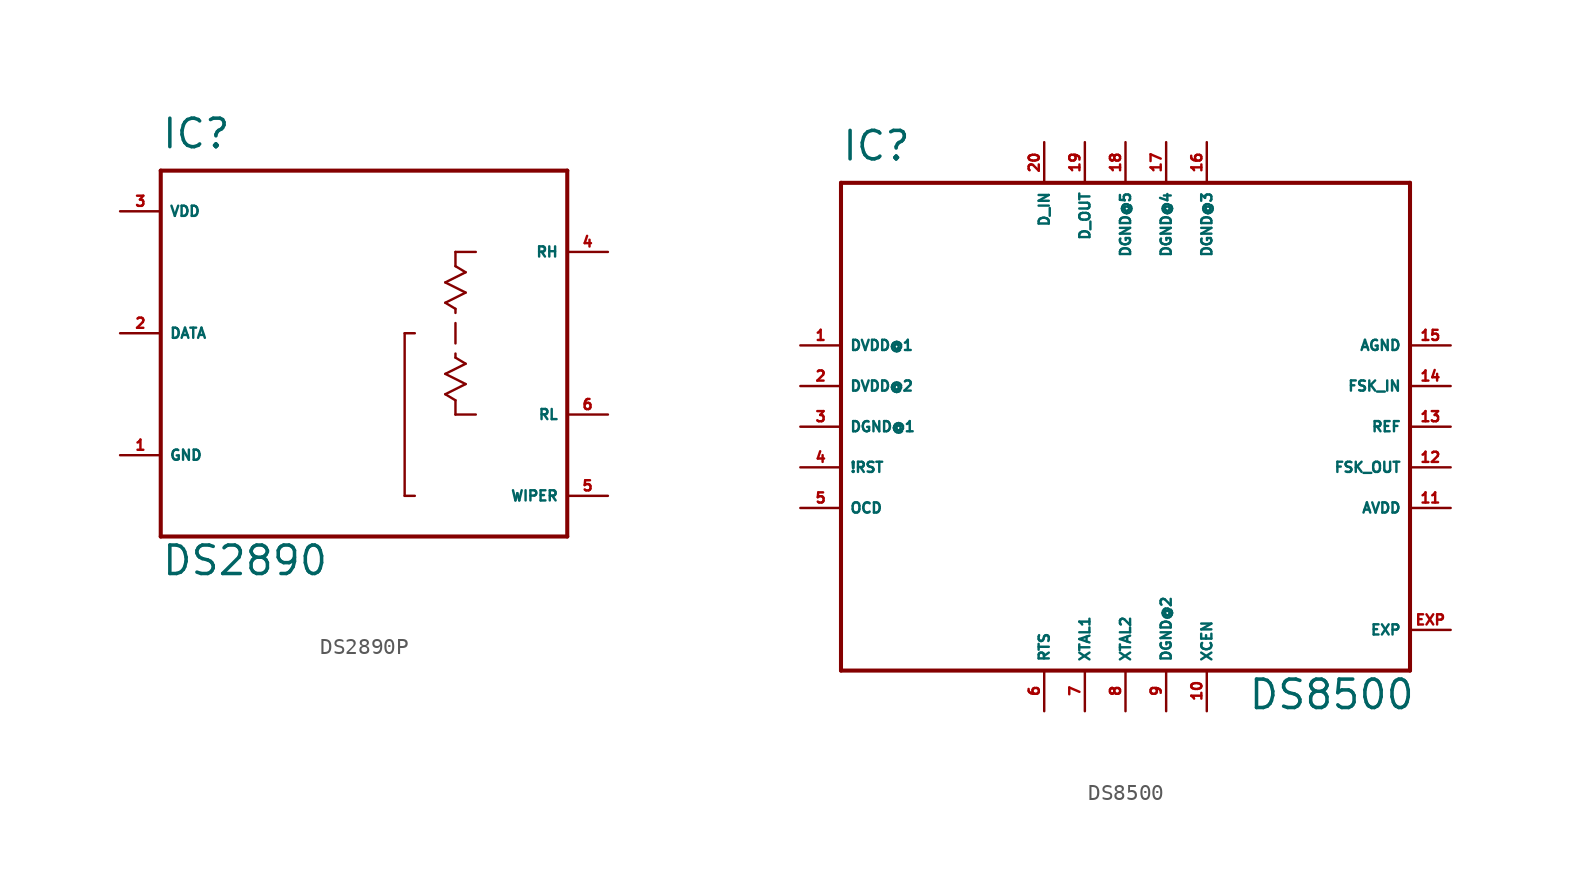
<source format=kicad_sym>
(kicad_symbol_lib
  (version 20220914)
  (generator Eagle2Kicad)
  (symbol "DS2890P"
    (property "Reference" "IC"
      (at -12.7 11.43 0)
      (effects (font (size 1.778 1.778) (thickness 0.22)) (justify left bottom)))
    (property "Value" "DS2890"
      (at -12.7 -15.24 0)
      (effects (font (size 1.778 1.778) (thickness 0.22)) (justify left bottom)))
    (polyline
      (pts (xy -12.7 10.16) (xy 12.7 10.16))
      (stroke (width 0.254) (type default))
      (fill (type none)))
    (polyline
      (pts (xy 12.7 10.16) (xy 12.7 -12.7))
      (stroke (width 0.254) (type default))
      (fill (type none)))
    (polyline
      (pts (xy 12.7 -12.7) (xy -12.7 -12.7))
      (stroke (width 0.254) (type default))
      (fill (type none)))
    (polyline
      (pts (xy -12.7 -12.7) (xy -12.7 10.16))
      (stroke (width 0.254) (type default))
      (fill (type none)))
    (polyline
      (pts (xy 6.985 5.08) (xy 5.715 5.08))
      (stroke (width 0.152) (type default))
      (fill (type none)))
    (polyline
      (pts (xy 5.715 5.08) (xy 5.715 4.191))
      (stroke (width 0.152) (type default))
      (fill (type none)))
    (polyline
      (pts (xy 5.715 4.191) (xy 6.35 3.81))
      (stroke (width 0.152) (type default))
      (fill (type none)))
    (polyline
      (pts (xy 6.35 3.81) (xy 5.08 3.175))
      (stroke (width 0.152) (type default))
      (fill (type none)))
    (polyline
      (pts (xy 5.08 3.175) (xy 6.35 2.54))
      (stroke (width 0.152) (type default))
      (fill (type none)))
    (polyline
      (pts (xy 6.35 2.54) (xy 5.08 1.905))
      (stroke (width 0.152) (type default))
      (fill (type none)))
    (polyline
      (pts (xy 5.08 1.905) (xy 5.715 1.524))
      (stroke (width 0.152) (type default))
      (fill (type none)))
    (polyline
      (pts (xy 5.715 1.524) (xy 5.715 1.27))
      (stroke (width 0.152) (type default))
      (fill (type none)))
    (polyline
      (pts (xy 5.715 0.635) (xy 5.715 -0.635))
      (stroke (width 0.152) (type default))
      (fill (type none)))
    (polyline
      (pts (xy 5.715 -1.27) (xy 5.715 -1.524))
      (stroke (width 0.152) (type default))
      (fill (type none)))
    (polyline
      (pts (xy 5.715 -1.524) (xy 6.35 -1.905))
      (stroke (width 0.152) (type default))
      (fill (type none)))
    (polyline
      (pts (xy 6.35 -1.905) (xy 5.08 -2.54))
      (stroke (width 0.152) (type default))
      (fill (type none)))
    (polyline
      (pts (xy 5.08 -2.54) (xy 6.35 -3.175))
      (stroke (width 0.152) (type default))
      (fill (type none)))
    (polyline
      (pts (xy 6.35 -3.175) (xy 5.08 -3.81))
      (stroke (width 0.152) (type default))
      (fill (type none)))
    (polyline
      (pts (xy 5.08 -3.81) (xy 5.715 -4.191))
      (stroke (width 0.152) (type default))
      (fill (type none)))
    (polyline
      (pts (xy 5.715 -4.191) (xy 5.715 -5.08))
      (stroke (width 0.152) (type default))
      (fill (type none)))
    (polyline
      (pts (xy 5.715 -5.08) (xy 6.985 -5.08))
      (stroke (width 0.152) (type default))
      (fill (type none)))
    (polyline
      (pts (xy 3.175 -10.16) (xy 2.54 -10.16))
      (stroke (width 0.152) (type default))
      (fill (type none)))
    (polyline
      (pts (xy 2.54 -10.16) (xy 2.54 0))
      (stroke (width 0.152) (type default))
      (fill (type none)))
    (polyline
      (pts (xy 2.54 0) (xy 3.175 0))
      (stroke (width 0.152) (type default))
      (fill (type none)))
    (pin unspecified line
      (at -15.24 7.62 0)
      (length 2.54)
      (name "VDD" (effects (font (size 0.635 0.635) (thickness 0.08)) (justify left bottom)))
      (number "3" (effects (font (size 0.635 0.635) (thickness 0.08)) (justify left bottom))))
    (pin unspecified line
      (at -15.24 -7.62 0)
      (length 2.54)
      (name "GND" (effects (font (size 0.635 0.635) (thickness 0.08)) (justify left bottom)))
      (number "1" (effects (font (size 0.635 0.635) (thickness 0.08)) (justify left bottom))))
    (pin bidirectional line
      (at -15.24 0 0)
      (length 2.54)
      (name "DATA" (effects (font (size 0.635 0.635) (thickness 0.08)) (justify left bottom)))
      (number "2" (effects (font (size 0.635 0.635) (thickness 0.08)) (justify left bottom))))
    (pin passive line
      (at 15.24 5.08 180)
      (length 2.54)
      (name "RH" (effects (font (size 0.635 0.635) (thickness 0.08)) (justify left bottom)))
      (number "4" (effects (font (size 0.635 0.635) (thickness 0.08)) (justify left bottom))))
    (pin passive line
      (at 15.24 -5.08 180)
      (length 2.54)
      (name "RL" (effects (font (size 0.635 0.635) (thickness 0.08)) (justify left bottom)))
      (number "6" (effects (font (size 0.635 0.635) (thickness 0.08)) (justify left bottom))))
    (pin passive line
      (at 15.24 -10.16 180)
      (length 2.54)
      (name "WIPER" (effects (font (size 0.635 0.635) (thickness 0.08)) (justify left bottom)))
      (number "5" (effects (font (size 0.635 0.635) (thickness 0.08)) (justify left bottom)))))
  (symbol "DS8500"
    (property "Reference" "IC"
      (at -17.78 16.51 0)
      (effects (font (size 1.778 1.778) (thickness 0.22)) (justify left bottom)))
    (property "Value" "DS8500"
      (at 7.62 -17.78 0)
      (effects (font (size 1.778 1.778) (thickness 0.22)) (justify left bottom)))
    (polyline
      (pts (xy -17.78 15.24) (xy 17.78 15.24))
      (stroke (width 0.254) (type default))
      (fill (type none)))
    (polyline
      (pts (xy 17.78 15.24) (xy 17.78 -15.24))
      (stroke (width 0.254) (type default))
      (fill (type none)))
    (polyline
      (pts (xy 17.78 -15.24) (xy -17.78 -15.24))
      (stroke (width 0.254) (type default))
      (fill (type none)))
    (polyline
      (pts (xy -17.78 -15.24) (xy -17.78 15.24))
      (stroke (width 0.254) (type default))
      (fill (type none)))
    (pin unspecified line
      (at -20.32 5.08 0)
      (length 2.54)
      (name "DVDD@1" (effects (font (size 0.635 0.635) (thickness 0.08)) (justify left bottom)))
      (number "1" (effects (font (size 0.635 0.635) (thickness 0.08)) (justify left bottom))))
    (pin unspecified line
      (at -20.32 2.54 0)
      (length 2.54)
      (name "DVDD@2" (effects (font (size 0.635 0.635) (thickness 0.08)) (justify left bottom)))
      (number "2" (effects (font (size 0.635 0.635) (thickness 0.08)) (justify left bottom))))
    (pin unspecified line
      (at -20.32 0 0)
      (length 2.54)
      (name "DGND@1" (effects (font (size 0.635 0.635) (thickness 0.08)) (justify left bottom)))
      (number "3" (effects (font (size 0.635 0.635) (thickness 0.08)) (justify left bottom))))
    (pin bidirectional line
      (at -20.32 -2.54 0)
      (length 2.54)
      (name "!RST" (effects (font (size 0.635 0.635) (thickness 0.08)) (justify left bottom)))
      (number "4" (effects (font (size 0.635 0.635) (thickness 0.08)) (justify left bottom))))
    (pin output line
      (at -20.32 -5.08 0)
      (length 2.54)
      (name "OCD" (effects (font (size 0.635 0.635) (thickness 0.08)) (justify left bottom)))
      (number "5" (effects (font (size 0.635 0.635) (thickness 0.08)) (justify left bottom))))
    (pin input line
      (at -5.08 -17.78 90)
      (length 2.54)
      (name "RTS" (effects (font (size 0.635 0.635) (thickness 0.08)) (justify left bottom)))
      (number "6" (effects (font (size 0.635 0.635) (thickness 0.08)) (justify left bottom))))
    (pin input line
      (at -2.54 -17.78 90)
      (length 2.54)
      (name "XTAL1" (effects (font (size 0.635 0.635) (thickness 0.08)) (justify left bottom)))
      (number "7" (effects (font (size 0.635 0.635) (thickness 0.08)) (justify left bottom))))
    (pin output line
      (at 0 -17.78 90)
      (length 2.54)
      (name "XTAL2" (effects (font (size 0.635 0.635) (thickness 0.08)) (justify left bottom)))
      (number "8" (effects (font (size 0.635 0.635) (thickness 0.08)) (justify left bottom))))
    (pin unspecified line
      (at 2.54 -17.78 90)
      (length 2.54)
      (name "DGND@2" (effects (font (size 0.635 0.635) (thickness 0.08)) (justify left bottom)))
      (number "9" (effects (font (size 0.635 0.635) (thickness 0.08)) (justify left bottom))))
    (pin input line
      (at 5.08 -17.78 90)
      (length 2.54)
      (name "XCEN" (effects (font (size 0.635 0.635) (thickness 0.08)) (justify left bottom)))
      (number "10" (effects (font (size 0.635 0.635) (thickness 0.08)) (justify left bottom))))
    (pin input line
      (at 20.32 -5.08 180)
      (length 2.54)
      (name "AVDD" (effects (font (size 0.635 0.635) (thickness 0.08)) (justify left bottom)))
      (number "11" (effects (font (size 0.635 0.635) (thickness 0.08)) (justify left bottom))))
    (pin output line
      (at 20.32 -2.54 180)
      (length 2.54)
      (name "FSK_OUT" (effects (font (size 0.635 0.635) (thickness 0.08)) (justify left bottom)))
      (number "12" (effects (font (size 0.635 0.635) (thickness 0.08)) (justify left bottom))))
    (pin output line
      (at 20.32 0 180)
      (length 2.54)
      (name "REF" (effects (font (size 0.635 0.635) (thickness 0.08)) (justify left bottom)))
      (number "13" (effects (font (size 0.635 0.635) (thickness 0.08)) (justify left bottom))))
    (pin input line
      (at 20.32 2.54 180)
      (length 2.54)
      (name "FSK_IN" (effects (font (size 0.635 0.635) (thickness 0.08)) (justify left bottom)))
      (number "14" (effects (font (size 0.635 0.635) (thickness 0.08)) (justify left bottom))))
    (pin input line
      (at 20.32 5.08 180)
      (length 2.54)
      (name "AGND" (effects (font (size 0.635 0.635) (thickness 0.08)) (justify left bottom)))
      (number "15" (effects (font (size 0.635 0.635) (thickness 0.08)) (justify left bottom))))
    (pin unspecified line
      (at 5.08 17.78 270)
      (length 2.54)
      (name "DGND@3" (effects (font (size 0.635 0.635) (thickness 0.08)) (justify left bottom)))
      (number "16" (effects (font (size 0.635 0.635) (thickness 0.08)) (justify left bottom))))
    (pin unspecified line
      (at 2.54 17.78 270)
      (length 2.54)
      (name "DGND@4" (effects (font (size 0.635 0.635) (thickness 0.08)) (justify left bottom)))
      (number "17" (effects (font (size 0.635 0.635) (thickness 0.08)) (justify left bottom))))
    (pin unspecified line
      (at 0 17.78 270)
      (length 2.54)
      (name "DGND@5" (effects (font (size 0.635 0.635) (thickness 0.08)) (justify left bottom)))
      (number "18" (effects (font (size 0.635 0.635) (thickness 0.08)) (justify left bottom))))
    (pin output line
      (at -2.54 17.78 270)
      (length 2.54)
      (name "D_OUT" (effects (font (size 0.635 0.635) (thickness 0.08)) (justify left bottom)))
      (number "19" (effects (font (size 0.635 0.635) (thickness 0.08)) (justify left bottom))))
    (pin input line
      (at -5.08 17.78 270)
      (length 2.54)
      (name "D_IN" (effects (font (size 0.635 0.635) (thickness 0.08)) (justify left bottom)))
      (number "20" (effects (font (size 0.635 0.635) (thickness 0.08)) (justify left bottom))))
    (pin passive line
      (at 20.32 -12.7 180)
      (length 2.54)
      (name "EXP" (effects (font (size 0.635 0.635) (thickness 0.08)) (justify left bottom)))
      (number "EXP" (effects (font (size 0.635 0.635) (thickness 0.08)) (justify left bottom))))))
</source>
